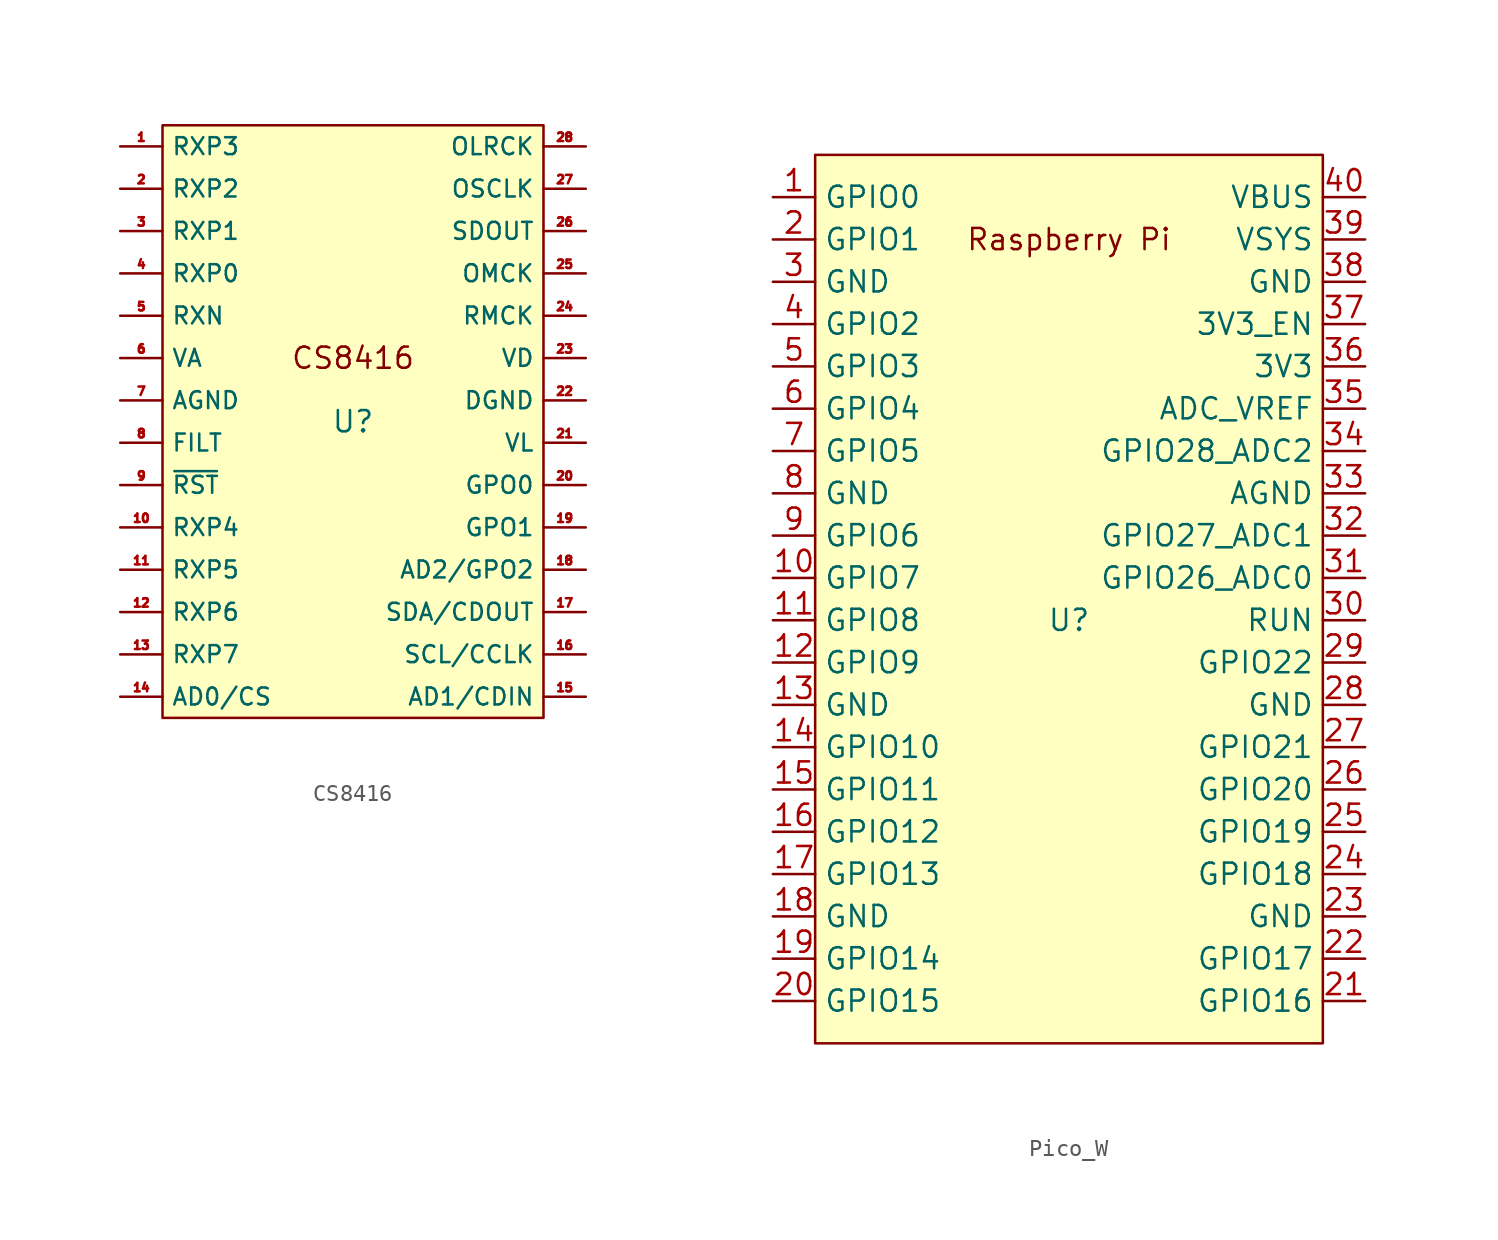
<source format=kicad_sym>
(kicad_symbol_lib
  (version 20231120)
  (generator "kicad_symbol_editor")
  (generator_version "8.0")
  (symbol "CS8416"
    (property "Reference" "U"
      (at 0 0 0)
      (effects (font (size 1.27 1.27))))
    (property "Value" ""
      (at 0 0 0)
      (effects (font (size 1.27 1.27))))
    (symbol "CS8416_0_1"
      (rectangle (start -11.43 17.78) (end 11.43 -17.78) (stroke (width 0) (type default)) (fill (type background))))
    (symbol "CS8416_1_1"
      (text "CS8416" (at 0 3.81 0) (effects (font (size 1.27 1.27))))
      (pin input line (at -13.97 16.51 0) (length 2.54) (name "RXP3" (effects (font (size 1.016 1.016)))) (number "1" (effects (font (size 0.508 0.508)))))
      (pin input line (at -13.97 -6.35 0) (length 2.54) (name "RXP4" (effects (font (size 1.016 1.016)))) (number "10" (effects (font (size 0.508 0.508)))))
      (pin input line (at -13.97 -8.89 0) (length 2.54) (name "RXP5" (effects (font (size 1.016 1.016)))) (number "11" (effects (font (size 0.508 0.508)))))
      (pin input line (at -13.97 -11.43 0) (length 2.54) (name "RXP6" (effects (font (size 1.016 1.016)))) (number "12" (effects (font (size 0.508 0.508)))))
      (pin input line (at -13.97 -13.97 0) (length 2.54) (name "RXP7" (effects (font (size 1.016 1.016)))) (number "13" (effects (font (size 0.508 0.508)))))
      (pin input line (at -13.97 -16.51 0) (length 2.54) (name "AD0/CS" (effects (font (size 1.016 1.016)))) (number "14" (effects (font (size 0.508 0.508)))))
      (pin input line (at 13.97 -16.51 180) (length 2.54) (name "AD1/CDIN" (effects (font (size 1.016 1.016)))) (number "15" (effects (font (size 0.508 0.508)))))
      (pin input line (at 13.97 -13.97 180) (length 2.54) (name "SCL/CCLK" (effects (font (size 1.016 1.016)))) (number "16" (effects (font (size 0.508 0.508)))))
      (pin bidirectional line (at 13.97 -11.43 180) (length 2.54) (name "SDA/CDOUT" (effects (font (size 1.016 1.016)))) (number "17" (effects (font (size 0.508 0.508)))))
      (pin output line (at 13.97 -8.89 180) (length 2.54) (name "AD2/GPO2" (effects (font (size 1.016 1.016)))) (number "18" (effects (font (size 0.508 0.508)))))
      (pin output line (at 13.97 -6.35 180) (length 2.54) (name "GPO1" (effects (font (size 1.016 1.016)))) (number "19" (effects (font (size 0.508 0.508)))))
      (pin input line (at -13.97 13.97 0) (length 2.54) (name "RXP2" (effects (font (size 1.016 1.016)))) (number "2" (effects (font (size 0.508 0.508)))))
      (pin output line (at 13.97 -3.81 180) (length 2.54) (name "GPO0" (effects (font (size 1.016 1.016)))) (number "20" (effects (font (size 0.508 0.508)))))
      (pin power_in line (at 13.97 -1.27 180) (length 2.54) (name "VL" (effects (font (size 1.016 1.016)))) (number "21" (effects (font (size 0.508 0.508)))))
      (pin power_in line (at 13.97 1.27 180) (length 2.54) (name "DGND" (effects (font (size 1.016 1.016)))) (number "22" (effects (font (size 0.508 0.508)))))
      (pin power_in line (at 13.97 3.81 180) (length 2.54) (name "VD" (effects (font (size 1.016 1.016)))) (number "23" (effects (font (size 0.508 0.508)))))
      (pin output line (at 13.97 6.35 180) (length 2.54) (name "RMCK" (effects (font (size 1.016 1.016)))) (number "24" (effects (font (size 0.508 0.508)))))
      (pin input line (at 13.97 8.89 180) (length 2.54) (name "OMCK" (effects (font (size 1.016 1.016)))) (number "25" (effects (font (size 0.508 0.508)))))
      (pin output line (at 13.97 11.43 180) (length 2.54) (name "SDOUT" (effects (font (size 1.016 1.016)))) (number "26" (effects (font (size 0.508 0.508)))))
      (pin bidirectional line (at 13.97 13.97 180) (length 2.54) (name "OSCLK" (effects (font (size 1.016 1.016)))) (number "27" (effects (font (size 0.508 0.508)))))
      (pin bidirectional line (at 13.97 16.51 180) (length 2.54) (name "OLRCK" (effects (font (size 1.016 1.016)))) (number "28" (effects (font (size 0.508 0.508)))))
      (pin input line (at -13.97 11.43 0) (length 2.54) (name "RXP1" (effects (font (size 1.016 1.016)))) (number "3" (effects (font (size 0.508 0.508)))))
      (pin input line (at -13.97 8.89 0) (length 2.54) (name "RXP0" (effects (font (size 1.016 1.016)))) (number "4" (effects (font (size 0.508 0.508)))))
      (pin input line (at -13.97 6.35 0) (length 2.54) (name "RXN" (effects (font (size 1.016 1.016)))) (number "5" (effects (font (size 0.508 0.508)))))
      (pin power_in line (at -13.97 3.81 0) (length 2.54) (name "VA" (effects (font (size 1.016 1.016)))) (number "6" (effects (font (size 0.508 0.508)))))
      (pin power_in line (at -13.97 1.27 0) (length 2.54) (name "AGND" (effects (font (size 1.016 1.016)))) (number "7" (effects (font (size 0.508 0.508)))))
      (pin output line (at -13.97 -1.27 0) (length 2.54) (name "FILT" (effects (font (size 1.016 1.016)))) (number "8" (effects (font (size 0.508 0.508)))))
      (pin input line (at -13.97 -3.81 0) (length 2.54) (name "~{RST}" (effects (font (size 1.016 1.016)))) (number "9" (effects (font (size 0.508 0.508)))))))
  (symbol "Pico_W"
    (property "Reference" "U"
      (at 0 0 0)
      (effects (font (size 1.27 1.27))))
    (property "Value" ""
      (at 0 0 0)
      (effects (font (size 1.27 1.27))))
    (symbol "Pico_W_0_0"
      (text "Raspberry Pi" (at 0 22.86 0) (effects (font (size 1.27 1.27)))))
    (symbol "Pico_W_0_1"
      (rectangle (start -15.24 27.94) (end 15.24 -25.4) (stroke (width 0) (type default)) (fill (type background))))
    (symbol "Pico_W_1_1"
      (pin bidirectional line (at -17.78 25.4 0) (length 2.54) (name "GPIO0" (effects (font (size 1.27 1.27)))) (number "1" (effects (font (size 1.27 1.27)))))
      (pin bidirectional line (at -17.78 2.54 0) (length 2.54) (name "GPIO7" (effects (font (size 1.27 1.27)))) (number "10" (effects (font (size 1.27 1.27)))))
      (pin bidirectional line (at -17.78 0 0) (length 2.54) (name "GPIO8" (effects (font (size 1.27 1.27)))) (number "11" (effects (font (size 1.27 1.27)))))
      (pin bidirectional line (at -17.78 -2.54 0) (length 2.54) (name "GPIO9" (effects (font (size 1.27 1.27)))) (number "12" (effects (font (size 1.27 1.27)))))
      (pin power_in line (at -17.78 -5.08 0) (length 2.54) (name "GND" (effects (font (size 1.27 1.27)))) (number "13" (effects (font (size 1.27 1.27)))))
      (pin bidirectional line (at -17.78 -7.62 0) (length 2.54) (name "GPIO10" (effects (font (size 1.27 1.27)))) (number "14" (effects (font (size 1.27 1.27)))))
      (pin bidirectional line (at -17.78 -10.16 0) (length 2.54) (name "GPIO11" (effects (font (size 1.27 1.27)))) (number "15" (effects (font (size 1.27 1.27)))))
      (pin bidirectional line (at -17.78 -12.7 0) (length 2.54) (name "GPIO12" (effects (font (size 1.27 1.27)))) (number "16" (effects (font (size 1.27 1.27)))))
      (pin bidirectional line (at -17.78 -15.24 0) (length 2.54) (name "GPIO13" (effects (font (size 1.27 1.27)))) (number "17" (effects (font (size 1.27 1.27)))))
      (pin power_in line (at -17.78 -17.78 0) (length 2.54) (name "GND" (effects (font (size 1.27 1.27)))) (number "18" (effects (font (size 1.27 1.27)))))
      (pin bidirectional line (at -17.78 -20.32 0) (length 2.54) (name "GPIO14" (effects (font (size 1.27 1.27)))) (number "19" (effects (font (size 1.27 1.27)))))
      (pin bidirectional line (at -17.78 22.86 0) (length 2.54) (name "GPIO1" (effects (font (size 1.27 1.27)))) (number "2" (effects (font (size 1.27 1.27)))))
      (pin bidirectional line (at -17.78 -22.86 0) (length 2.54) (name "GPIO15" (effects (font (size 1.27 1.27)))) (number "20" (effects (font (size 1.27 1.27)))))
      (pin bidirectional line (at 17.78 -22.86 180) (length 2.54) (name "GPIO16" (effects (font (size 1.27 1.27)))) (number "21" (effects (font (size 1.27 1.27)))))
      (pin bidirectional line (at 17.78 -20.32 180) (length 2.54) (name "GPIO17" (effects (font (size 1.27 1.27)))) (number "22" (effects (font (size 1.27 1.27)))))
      (pin power_in line (at 17.78 -17.78 180) (length 2.54) (name "GND" (effects (font (size 1.27 1.27)))) (number "23" (effects (font (size 1.27 1.27)))))
      (pin bidirectional line (at 17.78 -15.24 180) (length 2.54) (name "GPIO18" (effects (font (size 1.27 1.27)))) (number "24" (effects (font (size 1.27 1.27)))))
      (pin bidirectional line (at 17.78 -12.7 180) (length 2.54) (name "GPIO19" (effects (font (size 1.27 1.27)))) (number "25" (effects (font (size 1.27 1.27)))))
      (pin bidirectional line (at 17.78 -10.16 180) (length 2.54) (name "GPIO20" (effects (font (size 1.27 1.27)))) (number "26" (effects (font (size 1.27 1.27)))))
      (pin bidirectional line (at 17.78 -7.62 180) (length 2.54) (name "GPIO21" (effects (font (size 1.27 1.27)))) (number "27" (effects (font (size 1.27 1.27)))))
      (pin power_in line (at 17.78 -5.08 180) (length 2.54) (name "GND" (effects (font (size 1.27 1.27)))) (number "28" (effects (font (size 1.27 1.27)))))
      (pin bidirectional line (at 17.78 -2.54 180) (length 2.54) (name "GPIO22" (effects (font (size 1.27 1.27)))) (number "29" (effects (font (size 1.27 1.27)))))
      (pin power_in line (at -17.78 20.32 0) (length 2.54) (name "GND" (effects (font (size 1.27 1.27)))) (number "3" (effects (font (size 1.27 1.27)))))
      (pin input line (at 17.78 0 180) (length 2.54) (name "RUN" (effects (font (size 1.27 1.27)))) (number "30" (effects (font (size 1.27 1.27)))))
      (pin bidirectional line (at 17.78 2.54 180) (length 2.54) (name "GPIO26_ADC0" (effects (font (size 1.27 1.27)))) (number "31" (effects (font (size 1.27 1.27)))))
      (pin bidirectional line (at 17.78 5.08 180) (length 2.54) (name "GPIO27_ADC1" (effects (font (size 1.27 1.27)))) (number "32" (effects (font (size 1.27 1.27)))))
      (pin power_in line (at 17.78 7.62 180) (length 2.54) (name "AGND" (effects (font (size 1.27 1.27)))) (number "33" (effects (font (size 1.27 1.27)))))
      (pin bidirectional line (at 17.78 10.16 180) (length 2.54) (name "GPIO28_ADC2" (effects (font (size 1.27 1.27)))) (number "34" (effects (font (size 1.27 1.27)))))
      (pin unspecified line (at 17.78 12.7 180) (length 2.54) (name "ADC_VREF" (effects (font (size 1.27 1.27)))) (number "35" (effects (font (size 1.27 1.27)))))
      (pin unspecified line (at 17.78 15.24 180) (length 2.54) (name "3V3" (effects (font (size 1.27 1.27)))) (number "36" (effects (font (size 1.27 1.27)))))
      (pin input line (at 17.78 17.78 180) (length 2.54) (name "3V3_EN" (effects (font (size 1.27 1.27)))) (number "37" (effects (font (size 1.27 1.27)))))
      (pin bidirectional line (at 17.78 20.32 180) (length 2.54) (name "GND" (effects (font (size 1.27 1.27)))) (number "38" (effects (font (size 1.27 1.27)))))
      (pin unspecified line (at 17.78 22.86 180) (length 2.54) (name "VSYS" (effects (font (size 1.27 1.27)))) (number "39" (effects (font (size 1.27 1.27)))))
      (pin bidirectional line (at -17.78 17.78 0) (length 2.54) (name "GPIO2" (effects (font (size 1.27 1.27)))) (number "4" (effects (font (size 1.27 1.27)))))
      (pin unspecified line (at 17.78 25.4 180) (length 2.54) (name "VBUS" (effects (font (size 1.27 1.27)))) (number "40" (effects (font (size 1.27 1.27)))))
      (pin bidirectional line (at -17.78 15.24 0) (length 2.54) (name "GPIO3" (effects (font (size 1.27 1.27)))) (number "5" (effects (font (size 1.27 1.27)))))
      (pin bidirectional line (at -17.78 12.7 0) (length 2.54) (name "GPIO4" (effects (font (size 1.27 1.27)))) (number "6" (effects (font (size 1.27 1.27)))))
      (pin bidirectional line (at -17.78 10.16 0) (length 2.54) (name "GPIO5" (effects (font (size 1.27 1.27)))) (number "7" (effects (font (size 1.27 1.27)))))
      (pin power_in line (at -17.78 7.62 0) (length 2.54) (name "GND" (effects (font (size 1.27 1.27)))) (number "8" (effects (font (size 1.27 1.27)))))
      (pin bidirectional line (at -17.78 5.08 0) (length 2.54) (name "GPIO6" (effects (font (size 1.27 1.27)))) (number "9" (effects (font (size 1.27 1.27))))))))
</source>
